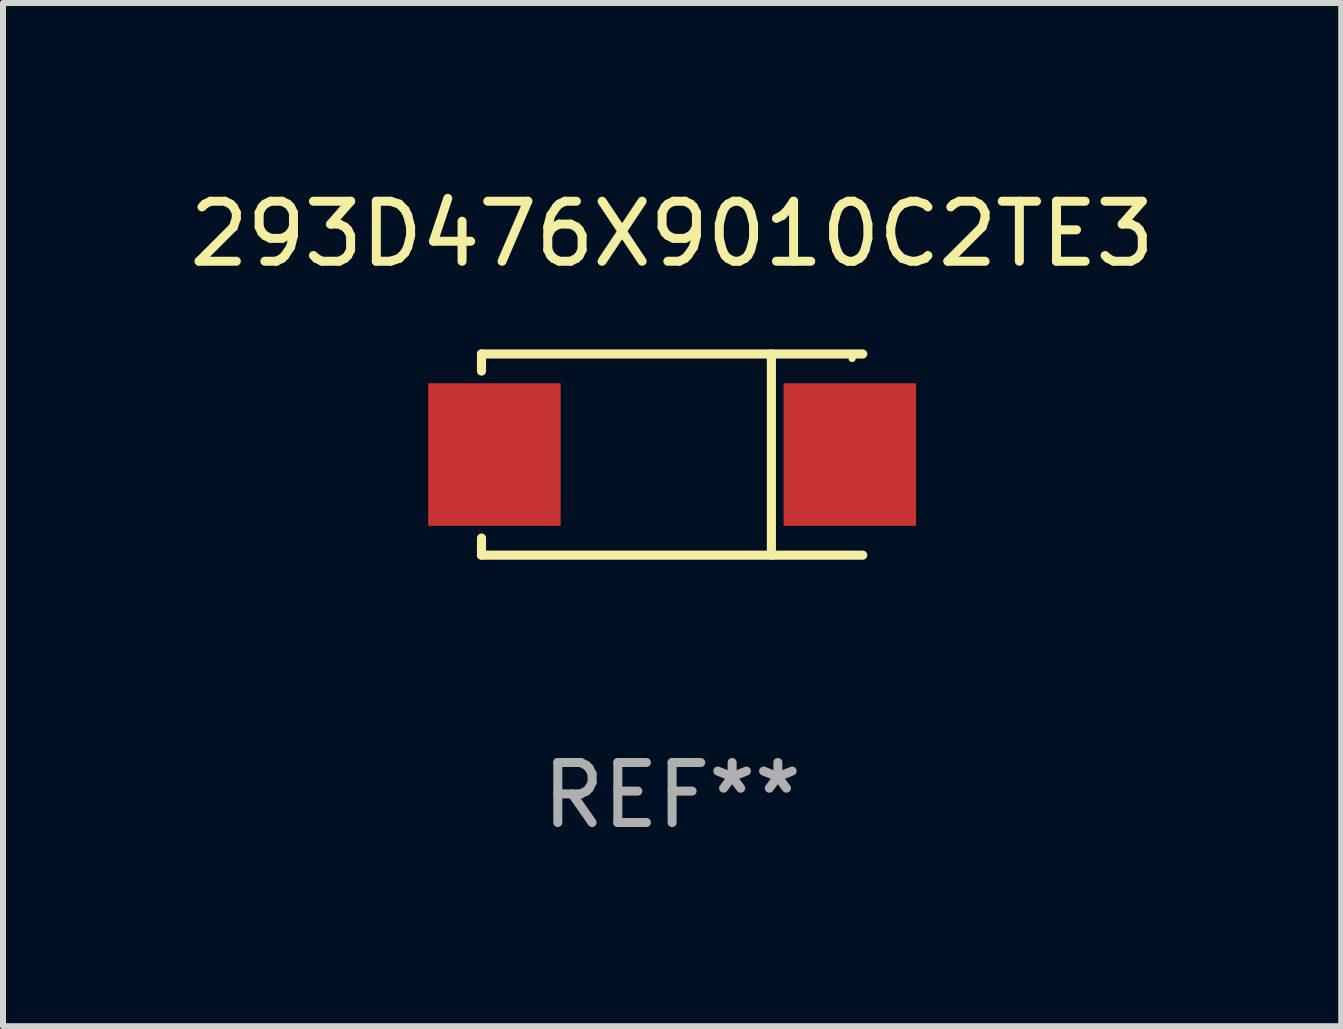
<source format=kicad_pcb>
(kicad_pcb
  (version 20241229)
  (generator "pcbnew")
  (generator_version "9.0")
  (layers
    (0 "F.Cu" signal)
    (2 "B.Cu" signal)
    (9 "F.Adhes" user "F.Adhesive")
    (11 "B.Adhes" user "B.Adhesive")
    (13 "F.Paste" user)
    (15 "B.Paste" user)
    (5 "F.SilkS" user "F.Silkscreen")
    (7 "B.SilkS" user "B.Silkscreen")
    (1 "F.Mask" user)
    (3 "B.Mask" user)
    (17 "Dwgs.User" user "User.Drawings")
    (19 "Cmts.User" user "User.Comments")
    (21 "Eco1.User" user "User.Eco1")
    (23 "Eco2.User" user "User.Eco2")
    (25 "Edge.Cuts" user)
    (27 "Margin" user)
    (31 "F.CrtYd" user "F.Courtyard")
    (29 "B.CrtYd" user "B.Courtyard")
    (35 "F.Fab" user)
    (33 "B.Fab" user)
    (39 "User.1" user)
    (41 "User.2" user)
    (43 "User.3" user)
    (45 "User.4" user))
  (footprint "293D476X9010C2TE3"
    (layer "F.Cu")
    (at 8.149 4.524)
    (property "Reference" "293D476X9010C2TE3" (at 0 -3.676 0) (layer "F.SilkS") (effects (font (size 1 1) (thickness 0.15))))
    (attr through_hole)
    (fp_line (start -3.176 -1.676) (end -3.176 -1.391) (stroke (width 0.152) (type solid)) (layer "F.SilkS"))
    (fp_line (start -3.176 -1.676) (end 3.176 -1.676) (stroke (width 0.152) (type solid)) (layer "F.SilkS"))
    (fp_line (start -3.176 1.676) (end -3.176 1.391) (stroke (width 0.152) (type solid)) (layer "F.SilkS"))
    (fp_line (start -3.176 1.676) (end 3.176 1.676) (stroke (width 0.152) (type solid)) (layer "F.SilkS"))
    (fp_line (start 1.654 -1.676) (end 1.654 1.676) (stroke (width 0.152) (type solid)) (layer "F.SilkS"))
    (fp_circle (center 3 -1.6) (end 3.03 -1.6) (stroke (width 0.06) (type solid)) (fill no) (layer "F.SilkS"))
    (fp_text user "REF**" (at 0 5.676 0) (layer "F.Fab") (effects (font (size 1 1) (thickness 0.15))))
    (pad "1" smd rect (at 2.961 0) (size 2.207 2.376) (layers "F.Cu" "F.Mask" "F.Paste"))
    (pad "2" smd rect (at -2.961 0) (size 2.207 2.376) (layers "F.Cu" "F.Mask" "F.Paste")))
  (gr_rect
    (start -3 -3)
    (end 19.298 14.049)
    (stroke (width 0.1) (type default))
    (fill no)
    (layer "Edge.Cuts")))
</source>
